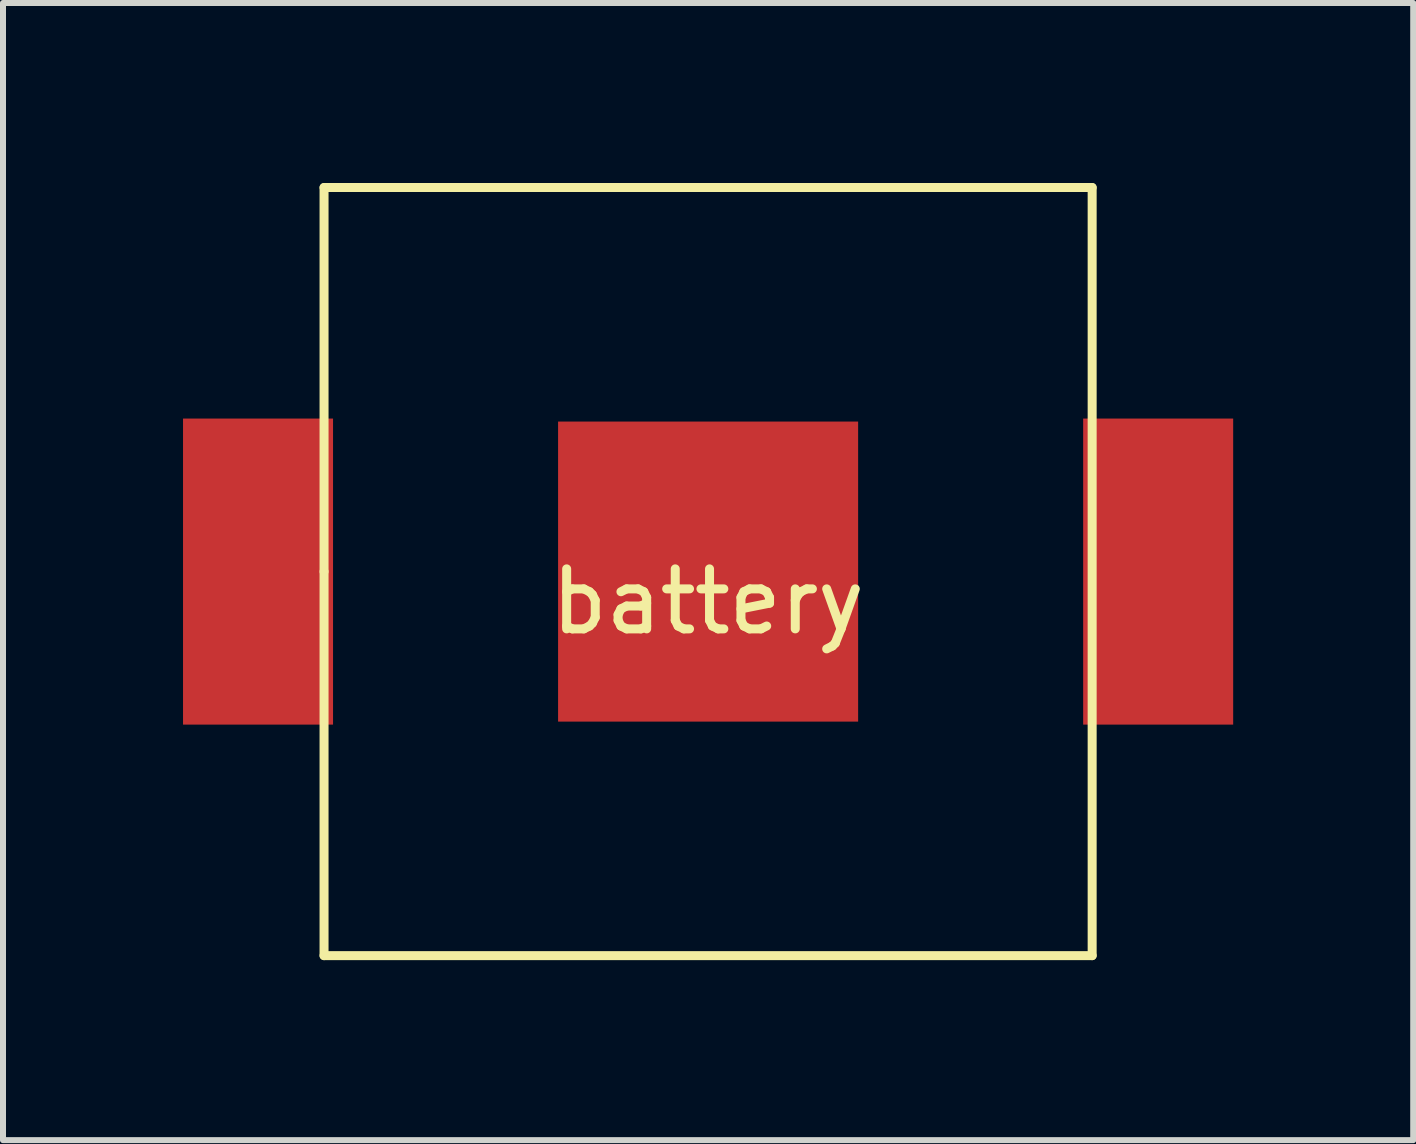
<source format=kicad_pcb>
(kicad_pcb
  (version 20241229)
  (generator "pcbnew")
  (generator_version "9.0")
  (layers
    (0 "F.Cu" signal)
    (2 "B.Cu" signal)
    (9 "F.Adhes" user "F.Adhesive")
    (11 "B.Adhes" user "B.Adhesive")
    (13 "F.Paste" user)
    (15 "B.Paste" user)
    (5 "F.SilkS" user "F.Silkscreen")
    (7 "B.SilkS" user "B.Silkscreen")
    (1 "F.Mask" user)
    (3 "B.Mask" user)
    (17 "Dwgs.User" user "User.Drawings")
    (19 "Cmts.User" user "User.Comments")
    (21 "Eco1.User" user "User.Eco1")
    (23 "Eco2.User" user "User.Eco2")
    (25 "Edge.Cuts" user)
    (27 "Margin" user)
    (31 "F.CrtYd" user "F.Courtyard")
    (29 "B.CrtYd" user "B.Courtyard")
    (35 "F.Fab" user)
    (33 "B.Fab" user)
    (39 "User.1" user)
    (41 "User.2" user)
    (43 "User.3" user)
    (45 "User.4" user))
  (footprint "battery"
    (layer "F.Cu")
    (at 8.75 6.475)
    (property "Reference" "battery" (at 0 0.5 0) (layer "F.SilkS") (effects (font (size 1 1) (thickness 0.15))))
    (attr through_hole)
    (fp_line (start -6.4 -6.4) (end 6.4 -6.4) (stroke (width 0.15) (type solid)) (layer "F.SilkS"))
    (fp_line (start -6.4 0) (end -6.4 -6.4) (stroke (width 0.15) (type solid)) (layer "F.SilkS"))
    (fp_line (start -6.4 6.4) (end -6.4 0) (stroke (width 0.15) (type solid)) (layer "F.SilkS"))
    (fp_line (start 6.4 -6.4) (end 6.4 6.4) (stroke (width 0.15) (type solid)) (layer "F.SilkS"))
    (fp_line (start 6.4 6.4) (end -6.4 6.4) (stroke (width 0.15) (type solid)) (layer "F.SilkS"))
    (pad "1" smd rect (at 0 0) (size 5 5) (layers "F.Cu" "F.Mask" "F.Paste"))
    (pad "2" smd rect (at -7.5 0) (size 2.5 5.1) (layers "F.Cu" "F.Mask" "F.Paste"))
    (pad "2" smd rect (at 7.5 0) (size 2.5 5.1) (layers "F.Cu" "F.Mask" "F.Paste")))
  (gr_rect
    (start -3 -3)
    (end 20.5 15.95)
    (stroke (width 0.1) (type default))
    (fill no)
    (layer "Edge.Cuts")))
</source>
